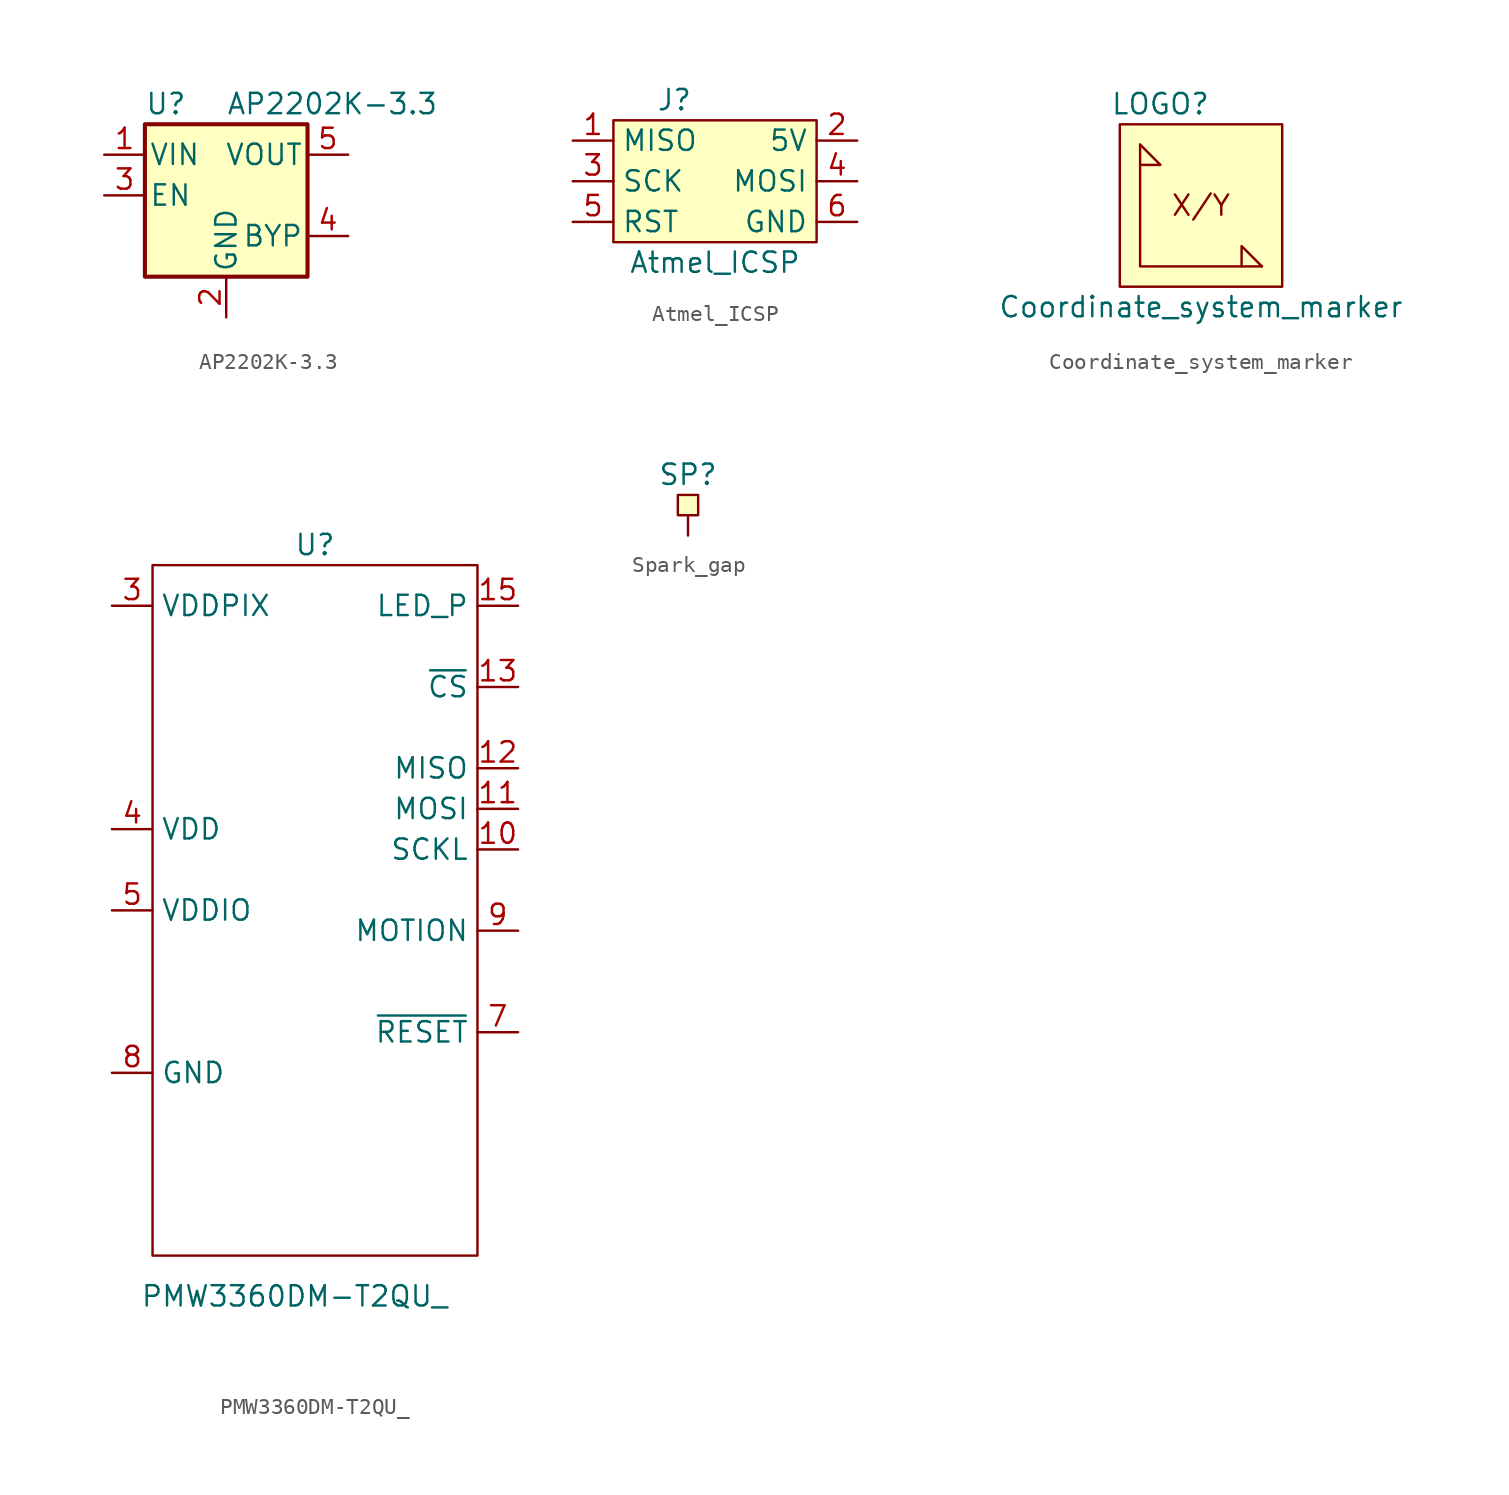
<source format=kicad_sym>
(kicad_symbol_lib
  (version 20211014)
  (generator kicad_symbol_editor)
  (symbol "AP2202K-3.3"
    (pin_names
      (offset 0.254))
    (property "Reference" "U"
      (at -5.08 5.715 0)
      (effects (font (size 1.27 1.27)) (justify left)))
    (property "Value" "AP2202K-3.3"
      (at 0 5.715 0)
      (effects (font (size 1.27 1.27)) (justify left)))
    (symbol "AP2202K-3.3_0_1"
      (rectangle (start -5.08 4.445) (end 5.08 -5.08) (stroke (width 0.254) (type default) (color 0 0 0 0)) (fill (type background))))
    (symbol "AP2202K-3.3_1_1"
      (pin power_in line (at -7.62 2.54 0) (length 2.54) (name "VIN" (effects (font (size 1.27 1.27)))) (number "1" (effects (font (size 1.27 1.27)))))
      (pin power_in line (at 0 -7.62 90) (length 2.54) (name "GND" (effects (font (size 1.27 1.27)))) (number "2" (effects (font (size 1.27 1.27)))))
      (pin input line (at -7.62 0 0) (length 2.54) (name "EN" (effects (font (size 1.27 1.27)))) (number "3" (effects (font (size 1.27 1.27)))))
      (pin input line (at 7.62 -2.54 180) (length 2.54) (name "BYP" (effects (font (size 1.27 1.27)))) (number "4" (effects (font (size 1.27 1.27)))))
      (pin power_out line (at 7.62 2.54 180) (length 2.54) (name "VOUT" (effects (font (size 1.27 1.27)))) (number "5" (effects (font (size 1.27 1.27)))))))
  (symbol "Atmel_ICSP"
    (property "Reference" "J"
      (at -2.54 5.08 0)
      (effects (font (size 1.27 1.27))))
    (property "Value" "Atmel_ICSP"
      (at 0 -5.08 0)
      (effects (font (size 1.27 1.27))))
    (symbol "Atmel_ICSP_0_1"
      (rectangle (start -6.35 3.81) (end 6.35 -3.81) (stroke (width 0) (type default) (color 0 0 0 0)) (fill (type background))))
    (symbol "Atmel_ICSP_1_1"
      (pin input line (at -8.89 2.54 0) (length 2.54) (name "MISO" (effects (font (size 1.27 1.27)))) (number "1" (effects (font (size 1.27 1.27)))))
      (pin output line (at 8.89 2.54 180) (length 2.54) (name "5V" (effects (font (size 1.27 1.27)))) (number "2" (effects (font (size 1.27 1.27)))))
      (pin output line (at -8.89 0 0) (length 2.54) (name "SCK" (effects (font (size 1.27 1.27)))) (number "3" (effects (font (size 1.27 1.27)))))
      (pin output line (at 8.89 0 180) (length 2.54) (name "MOSI" (effects (font (size 1.27 1.27)))) (number "4" (effects (font (size 1.27 1.27)))))
      (pin output line (at -8.89 -2.54 0) (length 2.54) (name "RST" (effects (font (size 1.27 1.27)))) (number "5" (effects (font (size 1.27 1.27)))))
      (pin output line (at 8.89 -2.54 180) (length 2.54) (name "GND" (effects (font (size 1.27 1.27)))) (number "6" (effects (font (size 1.27 1.27)))))))
  (symbol "Coordinate_system_marker"
    (property "Reference" "LOGO"
      (at -2.54 6.35 0)
      (effects (font (size 1.27 1.27))))
    (property "Value" "Coordinate_system_marker"
      (at 0 -6.35 0)
      (effects (font (size 1.27 1.27))))
    (symbol "Coordinate_system_marker_0_0"
      (polyline (pts (xy -3.81 3.81) (xy -2.54 2.54) (xy -3.81 2.54)) (stroke (width 0) (type default) (color 0 0 0 0)) (fill (type none)))
      (polyline (pts (xy 3.81 -3.81) (xy 2.54 -2.54) (xy 2.54 -3.81)) (stroke (width 0) (type default) (color 0 0 0 0)) (fill (type none)))
      (text "X/Y" (at 0 0 0) (effects (font (size 1.27 1.27)))))
    (symbol "Coordinate_system_marker_0_1"
      (rectangle (start -5.08 5.08) (end 5.08 -5.08) (stroke (width 0) (type default) (color 0 0 0 0)) (fill (type background)))
      (polyline (pts (xy -3.81 3.81) (xy -3.81 -3.81) (xy 3.81 -3.81)) (stroke (width 0) (type default) (color 0 0 0 0)) (fill (type none)))))
  (symbol "PMW3360DM-T2QU_"
    (property "Reference" "U"
      (at 0 13.97 0)
      (effects (font (size 1.27 1.27))))
    (property "Value" "PMW3360DM-T2QU_"
      (at -1.27 -33.02 0)
      (effects (font (size 1.27 1.27))))
    (symbol "PMW3360DM-T2QU__0_1"
      (rectangle (start -10.16 12.7) (end 10.16 -30.48) (stroke (width 0) (type default) (color 0 0 0 0)) (fill (type none))))
    (symbol "PMW3360DM-T2QU__1_1"
      (pin no_connect line (at -10.16 -24.13 0) (length 2.54) hide (name "NC" (effects (font (size 1.27 1.27)))) (number "1" (effects (font (size 1.27 1.27)))))
      (pin input line (at 12.7 -5.08 180) (length 2.54) (name "SCKL" (effects (font (size 1.27 1.27)))) (number "10" (effects (font (size 1.27 1.27)))))
      (pin input line (at 12.7 -2.54 180) (length 2.54) (name "MOSI" (effects (font (size 1.27 1.27)))) (number "11" (effects (font (size 1.27 1.27)))))
      (pin output line (at 12.7 0 180) (length 2.54) (name "MISO" (effects (font (size 1.27 1.27)))) (number "12" (effects (font (size 1.27 1.27)))))
      (pin input line (at 12.7 5.08 180) (length 2.54) (name "~{CS}" (effects (font (size 1.27 1.27)))) (number "13" (effects (font (size 1.27 1.27)))))
      (pin no_connect line (at 10.16 -29.21 180) (length 2.54) hide (name "NC" (effects (font (size 1.27 1.27)))) (number "14" (effects (font (size 1.27 1.27)))))
      (pin input line (at 12.7 10.16 180) (length 2.54) (name "LED_P" (effects (font (size 1.27 1.27)))) (number "15" (effects (font (size 1.27 1.27)))))
      (pin no_connect line (at 10.16 -26.67 180) (length 2.54) hide (name "NC" (effects (font (size 1.27 1.27)))) (number "16" (effects (font (size 1.27 1.27)))))
      (pin no_connect line (at -10.16 -26.67 0) (length 2.54) hide (name "NC" (effects (font (size 1.27 1.27)))) (number "2" (effects (font (size 1.27 1.27)))))
      (pin output line (at -12.7 10.16 0) (length 2.54) (name "VDDPIX" (effects (font (size 1.27 1.27)))) (number "3" (effects (font (size 1.27 1.27)))))
      (pin input line (at -12.7 -3.81 0) (length 2.54) (name "VDD" (effects (font (size 1.27 1.27)))) (number "4" (effects (font (size 1.27 1.27)))))
      (pin input line (at -12.7 -8.89 0) (length 2.54) (name "VDDIO" (effects (font (size 1.27 1.27)))) (number "5" (effects (font (size 1.27 1.27)))))
      (pin no_connect line (at -10.16 -29.21 0) (length 2.54) hide (name "NC" (effects (font (size 1.27 1.27)))) (number "6" (effects (font (size 1.27 1.27)))))
      (pin input line (at 12.7 -16.51 180) (length 2.54) (name "~{RESET}" (effects (font (size 1.27 1.27)))) (number "7" (effects (font (size 1.27 1.27)))))
      (pin input line (at -12.7 -19.05 0) (length 2.54) (name "GND" (effects (font (size 1.27 1.27)))) (number "8" (effects (font (size 1.27 1.27)))))
      (pin output line (at 12.7 -10.16 180) (length 2.54) (name "MOTION" (effects (font (size 1.27 1.27)))) (number "9" (effects (font (size 1.27 1.27)))))))
  (symbol "Spark_gap"
    (property "Reference" "SP"
      (at 0 3.81 0)
      (effects (font (size 1.27 1.27))))
    (symbol "Spark_gap_0_0"
      (rectangle (start -1.27 3.81) (end -1.27 3.81) (stroke (width 0) (type default) (color 0 0 0 0)) (fill (type none)))
      (rectangle (start -0.635 2.54) (end 0.635 1.27) (stroke (width 0) (type default) (color 0 0 0 0)) (fill (type background)))
      (rectangle (start 0 1.27) (end 0 1.27) (stroke (width 0) (type default) (color 0 0 0 0)) (fill (type none))))
    (symbol "Spark_gap_1_1"
      (pin input line (at 0 0 90) (length 1.27) (name "" (effects (font (size 1.27 1.27)))) (number "" (effects (font (size 1.27 1.27))))))))
</source>
